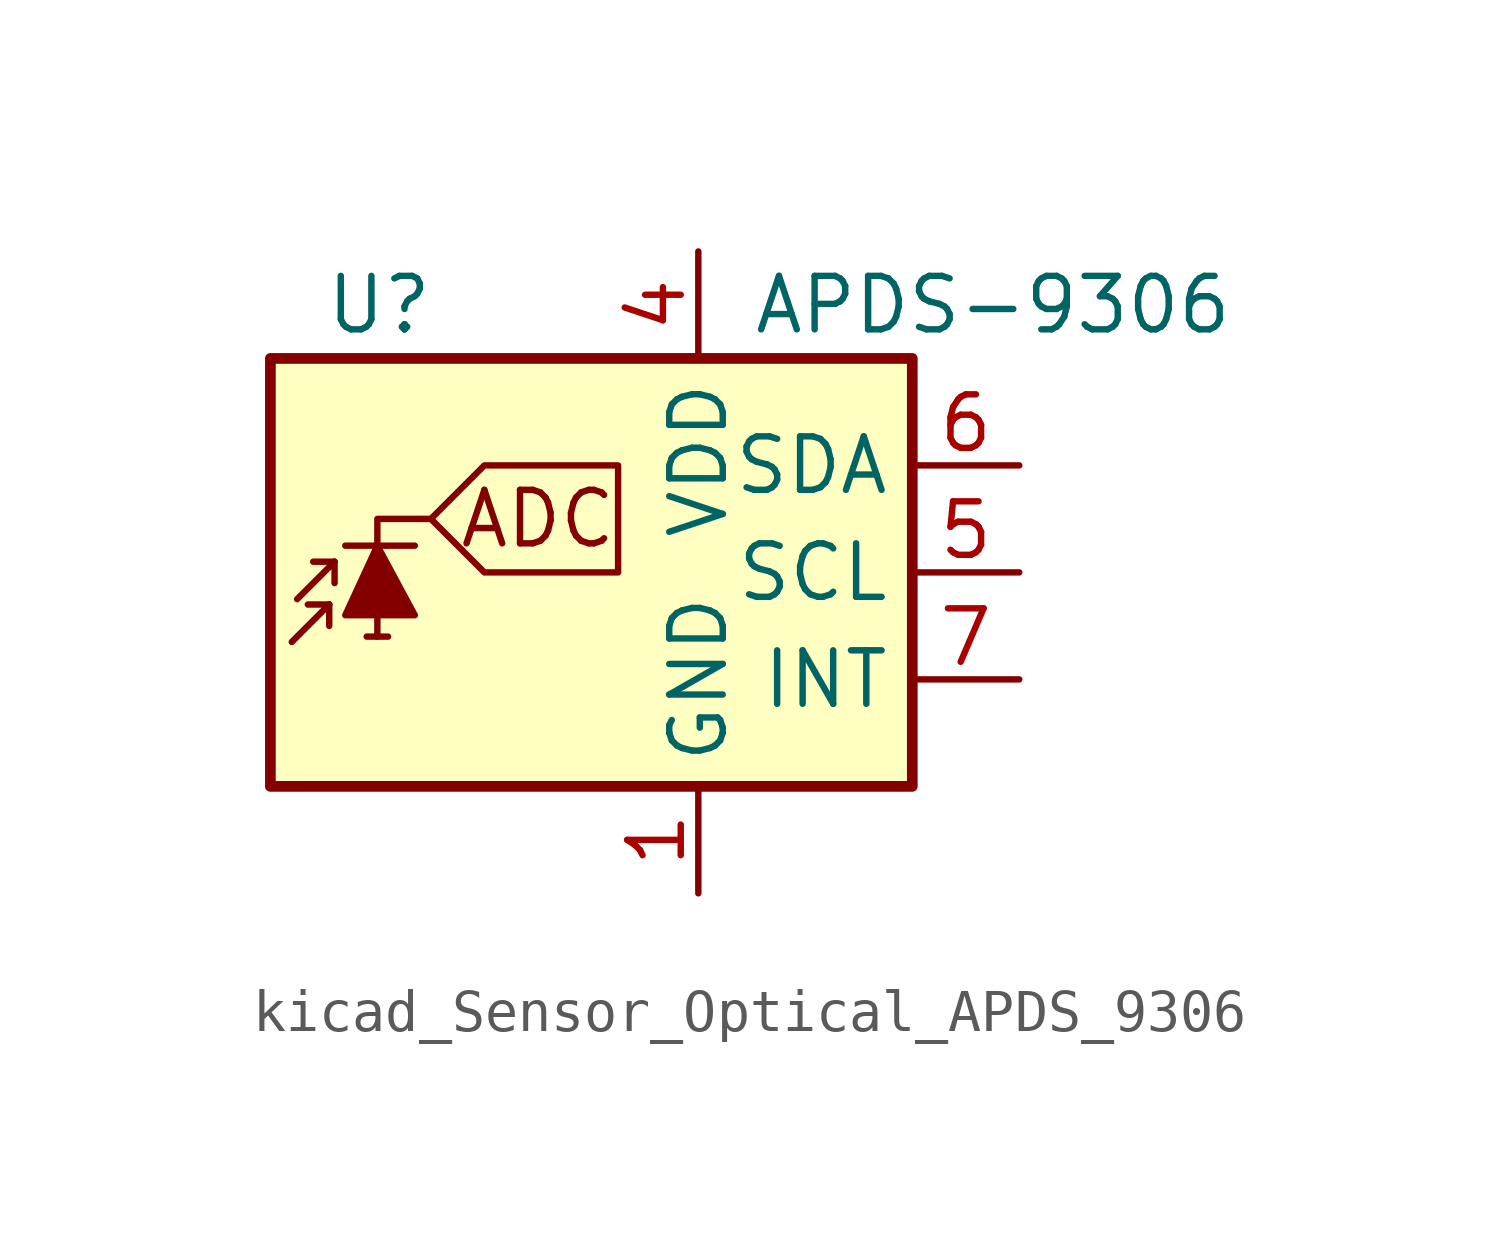
<source format=kicad_sym>
(kicad_symbol_lib
  (version 20220914)
  (generator kicad_symbol_editor)
  (symbol "kicad_Sensor_Optical_APDS_9306"
    (property "Reference" "U"
      (at -6.35 6.35 0)
      (effects (font (size 1.27 1.27)) (justify left)))
    (property "Value" "APDS-9306"
      (at 3.81 6.35 0)
      (effects (font (size 1.27 1.27)) (justify left)))
    (symbol "kicad_Sensor_Optical_APDS_9306_0_0"
      (polyline (pts (xy -3.81 1.27) (xy -2.54 2.54) (xy 0.635 2.54) (xy 0.635 0) (xy -2.54 0) (xy -3.81 1.27)) (stroke (width 0) (type default)) (fill (type none)))
      (text "ADC" (at -1.27 1.27 0) (effects (font (size 1.27 1.27)))))
    (symbol "kicad_Sensor_Optical_APDS_9306_0_1"
      (rectangle (start -7.62 5.08) (end 7.62 -5.08) (stroke (width 0.254) (type default)) (fill (type background))))
    (symbol "kicad_Sensor_Optical_APDS_9306_1_0"
      (polyline (pts (xy -5.08 -1.524) (xy -5.08 1.27) (xy -3.81 1.27)) (stroke (width 0) (type default)) (fill (type none))))
    (symbol "kicad_Sensor_Optical_APDS_9306_1_1"
      (polyline (pts (xy -6.223 -0.762) (xy -7.112 -1.651)) (stroke (width 0) (type default)) (fill (type none)))
      (polyline (pts (xy -6.223 -0.762) (xy -6.731 -0.762)) (stroke (width 0) (type default)) (fill (type none)))
      (polyline (pts (xy -6.223 -0.762) (xy -6.223 -1.27)) (stroke (width 0) (type default)) (fill (type none)))
      (polyline (pts (xy -6.096 0.254) (xy -6.985 -0.635)) (stroke (width 0) (type default)) (fill (type none)))
      (polyline (pts (xy -6.096 0.254) (xy -6.604 0.254)) (stroke (width 0) (type default)) (fill (type none)))
      (polyline (pts (xy -6.096 0.254) (xy -6.096 -0.254)) (stroke (width 0) (type default)) (fill (type none)))
      (polyline (pts (xy -5.842 0.635) (xy -4.191 0.635)) (stroke (width 0) (type default)) (fill (type none)))
      (polyline (pts (xy -4.826 -1.524) (xy -5.334 -1.524)) (stroke (width 0) (type default)) (fill (type none)))
      (polyline (pts (xy -5.842 -1.016) (xy -4.191 -1.016) (xy -5.08 0.635) (xy -5.842 -1.016)) (stroke (width 0) (type default)) (fill (type outline)))
      (pin power_in line (at 2.54 -7.62 90) (length 2.54) (name "GND" (effects (font (size 1.27 1.27)))) (number "1" (effects (font (size 1.27 1.27)))))
      (pin no_connect line (at -7.62 -5.08 0) (length 2.54) hide (name "NC" (effects (font (size 1.27 1.27)))) (number "2" (effects (font (size 1.27 1.27)))))
      (pin no_connect line (at -7.62 5.08 0) (length 2.54) hide (name "NC" (effects (font (size 1.27 1.27)))) (number "3" (effects (font (size 1.27 1.27)))))
      (pin power_in line (at 2.54 7.62 270) (length 2.54) (name "VDD" (effects (font (size 1.27 1.27)))) (number "4" (effects (font (size 1.27 1.27)))))
      (pin input line (at 10.16 0 180) (length 2.54) (name "SCL" (effects (font (size 1.27 1.27)))) (number "5" (effects (font (size 1.27 1.27)))))
      (pin bidirectional line (at 10.16 2.54 180) (length 2.54) (name "SDA" (effects (font (size 1.27 1.27)))) (number "6" (effects (font (size 1.27 1.27)))))
      (pin open_collector line (at 10.16 -2.54 180) (length 2.54) (name "INT" (effects (font (size 1.27 1.27)))) (number "7" (effects (font (size 1.27 1.27)))))
      (pin no_connect line (at -7.62 2.54 0) (length 2.54) hide (name "NC" (effects (font (size 1.27 1.27)))) (number "8" (effects (font (size 1.27 1.27))))))))
</source>
